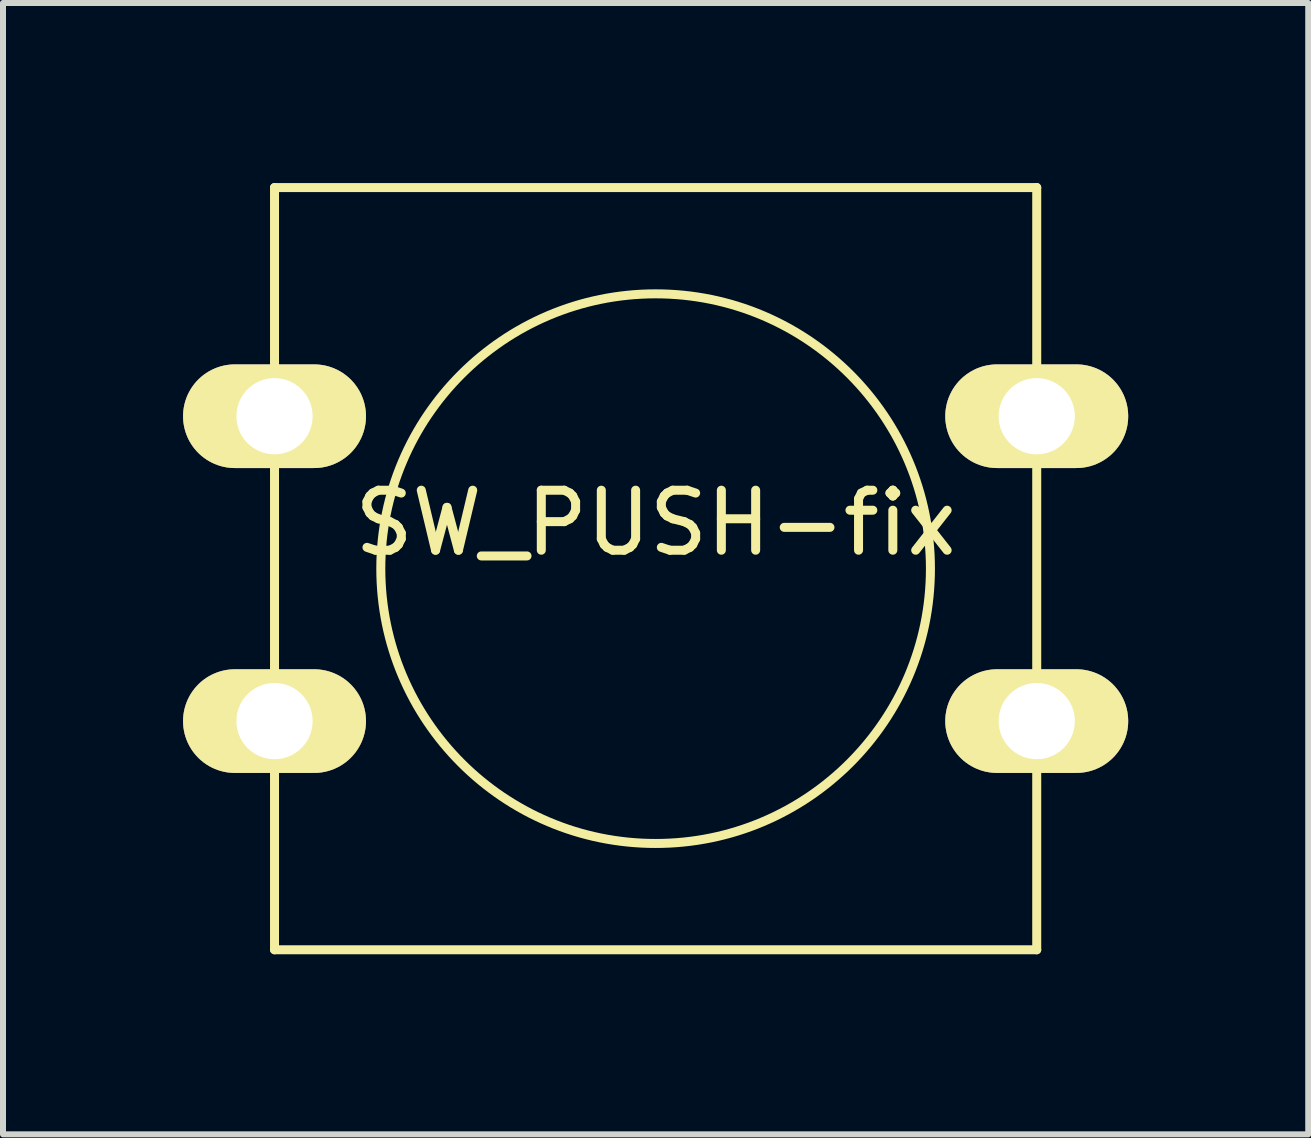
<source format=kicad_pcb>
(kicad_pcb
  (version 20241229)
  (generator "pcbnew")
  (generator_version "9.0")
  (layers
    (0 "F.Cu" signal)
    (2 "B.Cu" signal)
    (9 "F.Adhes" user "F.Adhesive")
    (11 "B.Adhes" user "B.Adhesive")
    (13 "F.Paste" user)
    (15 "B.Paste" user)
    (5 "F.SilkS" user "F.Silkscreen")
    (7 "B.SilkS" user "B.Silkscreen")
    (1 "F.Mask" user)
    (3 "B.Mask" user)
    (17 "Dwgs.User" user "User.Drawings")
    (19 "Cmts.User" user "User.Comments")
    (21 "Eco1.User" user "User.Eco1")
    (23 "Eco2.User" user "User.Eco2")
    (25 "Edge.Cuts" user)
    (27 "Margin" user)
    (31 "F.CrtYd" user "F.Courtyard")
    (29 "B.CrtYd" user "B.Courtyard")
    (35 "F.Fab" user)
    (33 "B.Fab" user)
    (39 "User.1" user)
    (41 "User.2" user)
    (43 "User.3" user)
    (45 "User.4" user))
  (footprint "SW_PUSH-fix"
    (layer "F.Cu")
    (at 7.874 6.425)
    (property "Reference" "SW_PUSH-fix" (at 0 -0.762 0) (layer "F.SilkS") (effects (font (size 1 1) (thickness 0.15))))
    (attr through_hole)
    (fp_line (start -6.35 -6.35) (end 6.35 -6.35) (stroke (width 0.15) (type solid)) (layer "F.SilkS"))
    (fp_line (start -6.35 6.35) (end -6.35 -6.35) (stroke (width 0.15) (type solid)) (layer "F.SilkS"))
    (fp_line (start 6.35 -6.35) (end 6.35 6.35) (stroke (width 0.15) (type solid)) (layer "F.SilkS"))
    (fp_line (start 6.35 6.35) (end -6.35 6.35) (stroke (width 0.15) (type solid)) (layer "F.SilkS"))
    (fp_circle (center 0 0) (end 3.81 2.54) (stroke (width 0.15) (type solid)) (fill no) (layer "F.SilkS"))
    (pad "1" thru_hole oval (at -6.35 -2.54) (size 3.048 1.727) (drill 1.27) (layers "*.Cu" "*.Mask" "F.SilkS"))
    (pad "1" thru_hole oval (at 6.35 -2.54) (size 3.048 1.727) (drill 1.27) (layers "*.Cu" "*.Mask" "F.SilkS"))
    (pad "2" thru_hole oval (at -6.35 2.54) (size 3.048 1.727) (drill 1.27) (layers "*.Cu" "*.Mask" "F.SilkS"))
    (pad "2" thru_hole oval (at 6.35 2.54) (size 3.048 1.727) (drill 1.27) (layers "*.Cu" "*.Mask" "F.SilkS")))
  (gr_rect
    (start -3 -3)
    (end 18.748 15.85)
    (stroke (width 0.1) (type default))
    (fill no)
    (layer "Edge.Cuts")))
</source>
